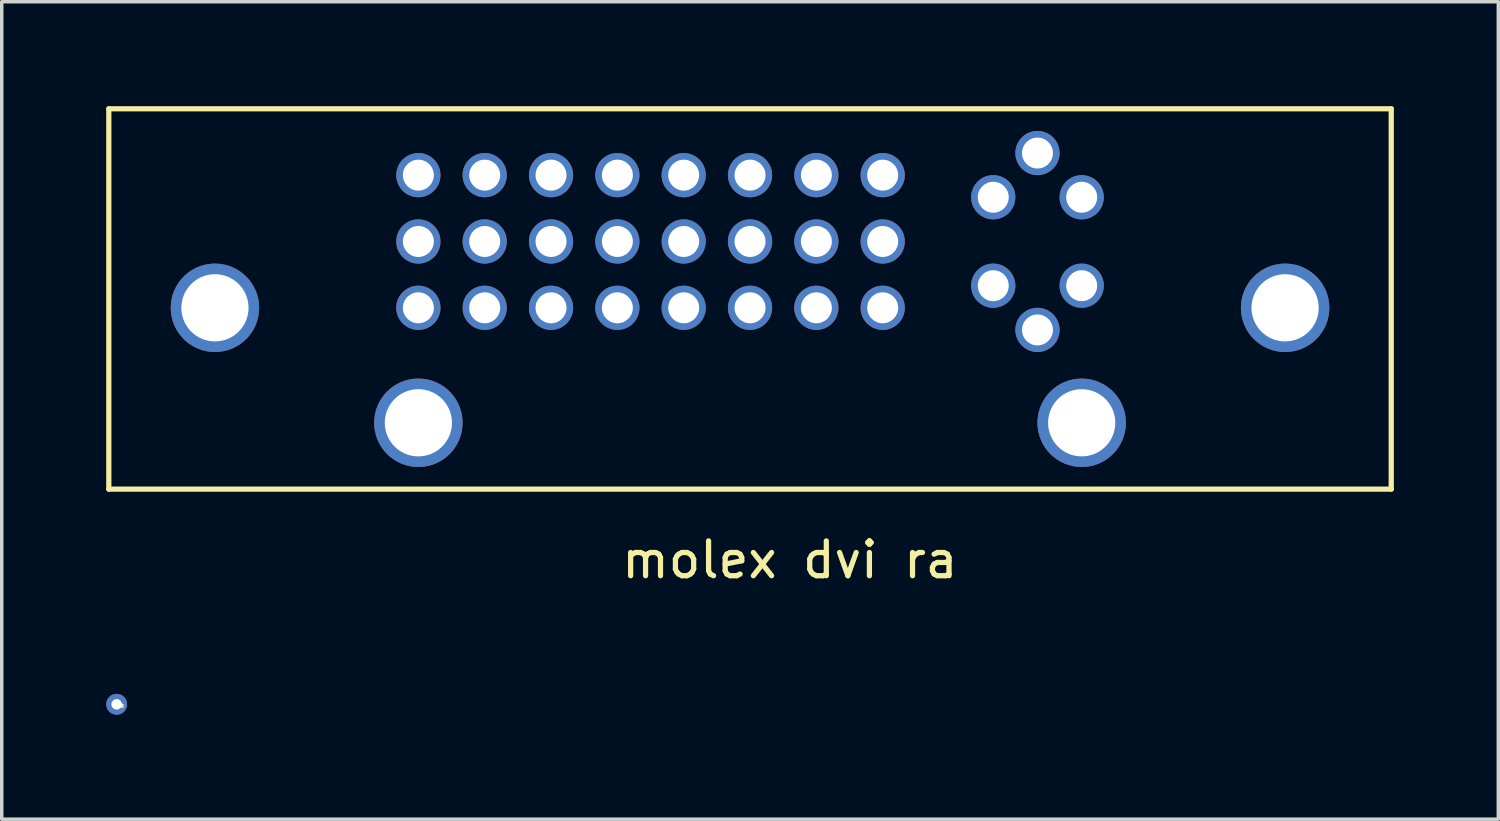
<source format=kicad_pcb>
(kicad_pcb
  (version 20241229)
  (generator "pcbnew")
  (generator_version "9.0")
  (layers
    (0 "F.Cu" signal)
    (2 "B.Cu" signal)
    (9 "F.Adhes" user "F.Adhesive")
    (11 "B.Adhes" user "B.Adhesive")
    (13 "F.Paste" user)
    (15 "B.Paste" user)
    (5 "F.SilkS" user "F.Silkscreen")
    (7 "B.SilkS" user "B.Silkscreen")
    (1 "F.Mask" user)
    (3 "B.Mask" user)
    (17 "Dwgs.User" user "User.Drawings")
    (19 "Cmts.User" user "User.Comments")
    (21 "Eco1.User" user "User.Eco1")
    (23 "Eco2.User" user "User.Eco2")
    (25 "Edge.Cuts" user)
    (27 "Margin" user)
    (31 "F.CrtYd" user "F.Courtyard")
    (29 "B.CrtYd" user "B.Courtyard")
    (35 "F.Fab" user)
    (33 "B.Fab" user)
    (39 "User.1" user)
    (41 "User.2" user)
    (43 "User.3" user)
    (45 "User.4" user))
  (footprint "via"
    (layer "F.Cu")
    (at 0.3 17.177)
    (property "Reference" "via" (at 0.075 0.025 0) (layer "F.SilkS") (effects (font (size 0.127 0.127) (thickness 0.032))))
    (attr through_hole)
    (pad "1" thru_hole circle (at 0 0) (size 0.6 0.6) (drill 0.3) (layers "*.Cu")))
  (footprint "molex dvi ra"
    (layer "F.Cu")
    (at 8.965 5.79)
    (property "Reference" "molex dvi ra" (at 10.668 7.239 0) (layer "F.SilkS") (effects (font (size 1 1) (thickness 0.15))))
    (attr through_hole)
    (fp_line (start -8.89 -5.715) (end 27.94 -5.715) (stroke (width 0.15) (type solid)) (layer "F.SilkS"))
    (fp_line (start -8.89 5.207) (end -8.89 -5.715) (stroke (width 0.15) (type solid)) (layer "F.SilkS"))
    (fp_line (start -8.89 5.207) (end 27.94 5.207) (stroke (width 0.15) (type solid)) (layer "F.SilkS"))
    (fp_line (start 27.94 -5.715) (end 27.94 5.207) (stroke (width 0.15) (type solid)) (layer "F.SilkS"))
    (pad "" np_thru_hole circle (at -5.842 0) (size 2.54 2.54) (drill 1.93) (layers "*.Cu" "*.Mask"))
    (pad "" np_thru_hole circle (at 0 3.302) (size 2.54 2.54) (drill 1.93) (layers "*.Cu" "*.Mask"))
    (pad "" np_thru_hole circle (at 19.05 3.302) (size 2.54 2.54) (drill 1.93) (layers "*.Cu" "*.Mask"))
    (pad "" np_thru_hole circle (at 24.892 0) (size 2.54 2.54) (drill 1.93) (layers "*.Cu" "*.Mask"))
    (pad "1" thru_hole circle (at 0 -3.81) (size 1.27 1.27) (drill 0.889) (layers "*.Cu" "*.Mask"))
    (pad "2" thru_hole circle (at 1.905 -3.81) (size 1.27 1.27) (drill 0.889) (layers "*.Cu" "*.Mask"))
    (pad "3" thru_hole circle (at 3.81 -3.81) (size 1.27 1.27) (drill 0.889) (layers "*.Cu" "*.Mask"))
    (pad "4" thru_hole circle (at 5.715 -3.81) (size 1.27 1.27) (drill 0.889) (layers "*.Cu" "*.Mask"))
    (pad "5" thru_hole circle (at 7.62 -3.81) (size 1.27 1.27) (drill 0.889) (layers "*.Cu" "*.Mask"))
    (pad "6" thru_hole circle (at 9.525 -3.81) (size 1.27 1.27) (drill 0.889) (layers "*.Cu" "*.Mask"))
    (pad "7" thru_hole circle (at 11.43 -3.81) (size 1.27 1.27) (drill 0.889) (layers "*.Cu" "*.Mask"))
    (pad "8" thru_hole circle (at 13.335 -3.81) (size 1.27 1.27) (drill 0.889) (layers "*.Cu" "*.Mask"))
    (pad "9" thru_hole circle (at 0 -1.905) (size 1.27 1.27) (drill 0.889) (layers "*.Cu" "*.Mask"))
    (pad "10" thru_hole circle (at 1.905 -1.905) (size 1.27 1.27) (drill 0.889) (layers "*.Cu" "*.Mask"))
    (pad "11" thru_hole circle (at 3.81 -1.905) (size 1.27 1.27) (drill 0.889) (layers "*.Cu" "*.Mask"))
    (pad "12" thru_hole circle (at 5.715 -1.905) (size 1.27 1.27) (drill 0.889) (layers "*.Cu" "*.Mask"))
    (pad "13" thru_hole circle (at 7.62 -1.905) (size 1.27 1.27) (drill 0.889) (layers "*.Cu" "*.Mask"))
    (pad "14" thru_hole circle (at 9.525 -1.905) (size 1.27 1.27) (drill 0.889) (layers "*.Cu" "*.Mask"))
    (pad "15" thru_hole circle (at 11.43 -1.905) (size 1.27 1.27) (drill 0.889) (layers "*.Cu" "*.Mask"))
    (pad "16" thru_hole circle (at 13.335 -1.905) (size 1.27 1.27) (drill 0.889) (layers "*.Cu" "*.Mask"))
    (pad "17" thru_hole circle (at 0 0) (size 1.27 1.27) (drill 0.889) (layers "*.Cu" "*.Mask"))
    (pad "18" thru_hole circle (at 1.905 0) (size 1.27 1.27) (drill 0.889) (layers "*.Cu" "*.Mask"))
    (pad "19" thru_hole circle (at 3.81 0) (size 1.27 1.27) (drill 0.889) (layers "*.Cu" "*.Mask"))
    (pad "20" thru_hole circle (at 5.715 0) (size 1.27 1.27) (drill 0.889) (layers "*.Cu" "*.Mask"))
    (pad "21" thru_hole circle (at 7.62 0) (size 1.27 1.27) (drill 0.889) (layers "*.Cu" "*.Mask"))
    (pad "22" thru_hole circle (at 9.525 0) (size 1.27 1.27) (drill 0.889) (layers "*.Cu" "*.Mask"))
    (pad "23" thru_hole circle (at 11.43 0) (size 1.27 1.27) (drill 0.889) (layers "*.Cu" "*.Mask"))
    (pad "24" thru_hole circle (at 13.335 0) (size 1.27 1.27) (drill 0.889) (layers "*.Cu" "*.Mask"))
    (pad "c1" thru_hole circle (at 16.51 -3.175) (size 1.27 1.27) (drill 0.889) (layers "*.Cu" "*.Mask"))
    (pad "c2" thru_hole circle (at 19.05 -3.175) (size 1.27 1.27) (drill 0.889) (layers "*.Cu" "*.Mask"))
    (pad "c3" thru_hole circle (at 16.51 -0.635) (size 1.27 1.27) (drill 0.889) (layers "*.Cu" "*.Mask"))
    (pad "c4" thru_hole circle (at 19.05 -0.635) (size 1.27 1.27) (drill 0.889) (layers "*.Cu" "*.Mask"))
    (pad "c5" thru_hole circle (at 17.78 -4.445) (size 1.27 1.27) (drill 0.889) (layers "*.Cu" "*.Mask"))
    (pad "c5" thru_hole circle (at 17.78 0.635) (size 1.27 1.27) (drill 0.889) (layers "*.Cu" "*.Mask")))
  (gr_rect
    (start -3 -3)
    (end 39.98 20.477)
    (stroke (width 0.1) (type default))
    (fill no)
    (layer "Edge.Cuts")))
</source>
